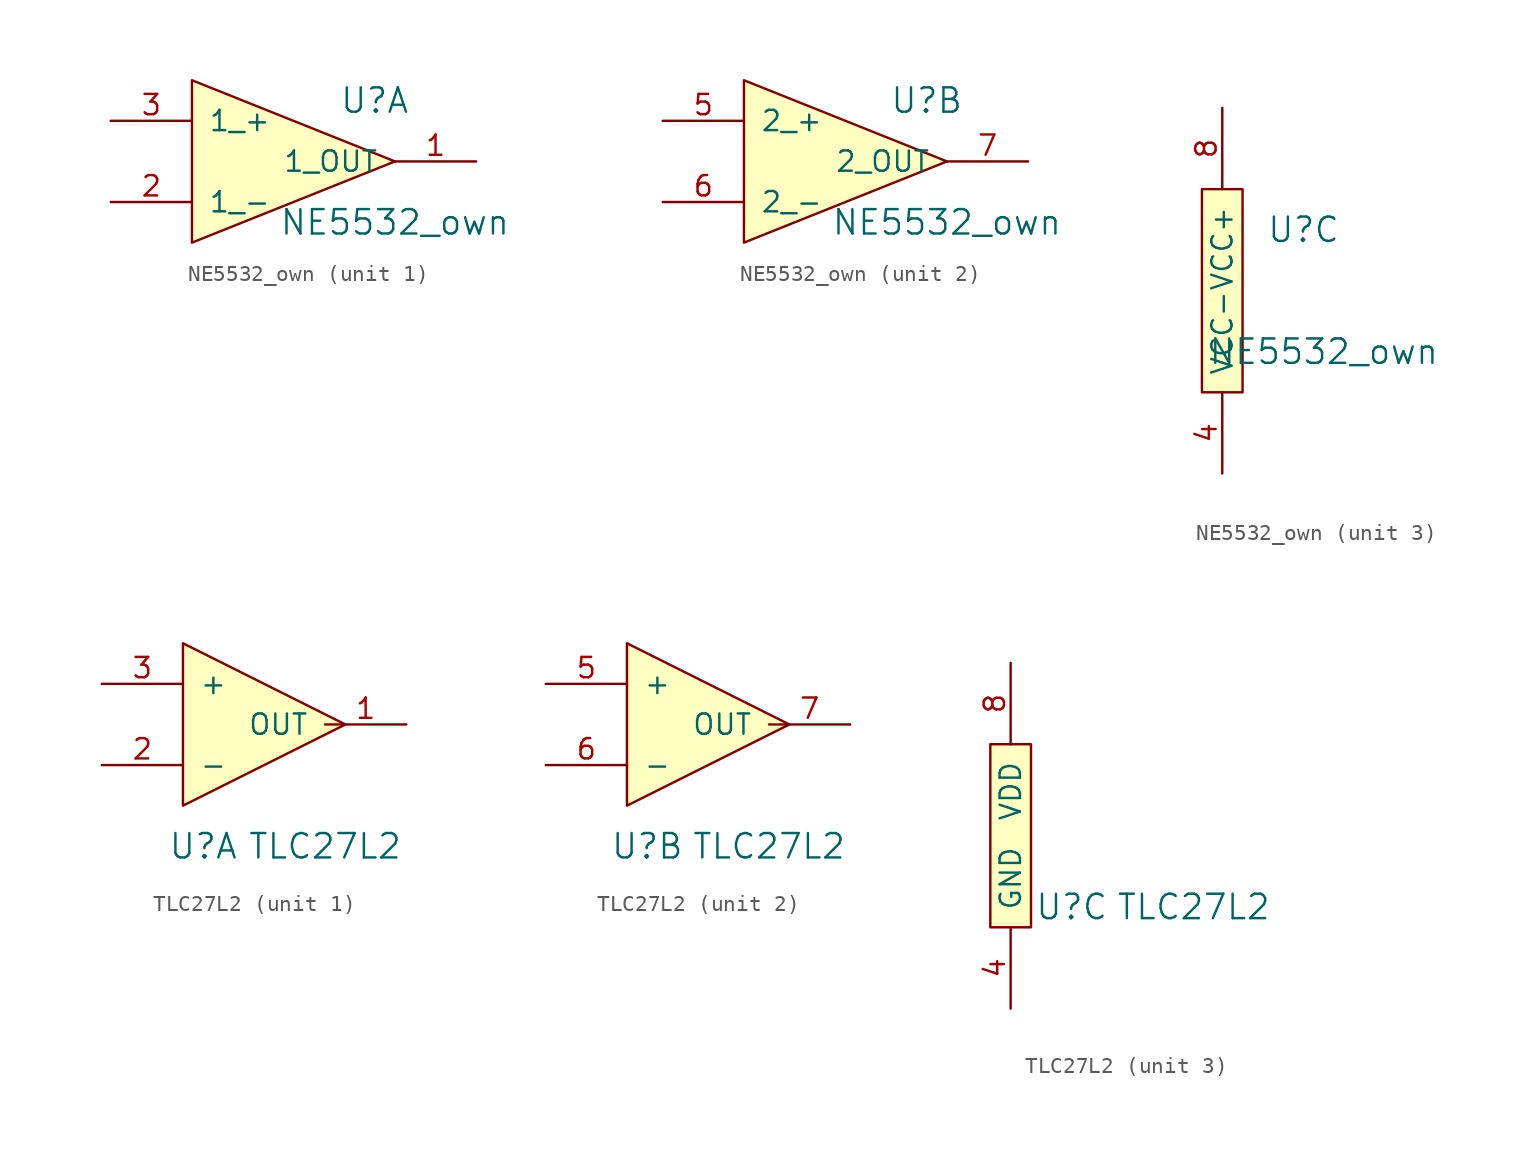
<source format=kicad_sym>
(kicad_symbol_lib
  (version 20211014)
  (generator kicad_symbol_editor)
  (symbol "NE5532_own"
    (pin_names
      (offset 1.016))
    (property "Reference" "U"
      (at 5.08 3.81 0)
      (effects (font (size 1.524 1.524))))
    (property "Value" "NE5532_own"
      (at 6.35 -3.81 0)
      (effects (font (size 1.524 1.524))))
    (property "Footprint" ""
      (at 0 0 0)
      (effects (font (size 1.524 1.524))))
    (property "Datasheet" ""
      (at 0 0 0)
      (effects (font (size 1.524 1.524))))
    (property "ki_locked" ""
      (at 0 0 0)
      (effects (font (size 1.27 1.27))))
    (symbol "NE5532_own_1_1"
      (polyline (pts (xy -6.35 5.08) (xy -6.35 -5.08) (xy 6.35 0) (xy -6.35 5.08)) (stroke (width 0) (type default) (color 0 0 0 0)) (fill (type background)))
      (pin output line (at 11.43 0 180) (length 5.08) (name "1_OUT" (effects (font (size 1.27 1.27)))) (number "1" (effects (font (size 1.27 1.27)))))
      (pin input line (at -11.43 -2.54 0) (length 5.08) (name "1_-" (effects (font (size 1.27 1.27)))) (number "2" (effects (font (size 1.27 1.27)))))
      (pin input line (at -11.43 2.54 0) (length 5.08) (name "1_+" (effects (font (size 1.27 1.27)))) (number "3" (effects (font (size 1.27 1.27))))))
    (symbol "NE5532_own_2_1"
      (polyline (pts (xy -6.35 5.08) (xy -6.35 -5.08) (xy 6.35 0) (xy -6.35 5.08)) (stroke (width 0) (type default) (color 0 0 0 0)) (fill (type background)))
      (pin input line (at -11.43 2.54 0) (length 5.08) (name "2_+" (effects (font (size 1.27 1.27)))) (number "5" (effects (font (size 1.27 1.27)))))
      (pin input line (at -11.43 -2.54 0) (length 5.08) (name "2_-" (effects (font (size 1.27 1.27)))) (number "6" (effects (font (size 1.27 1.27)))))
      (pin output line (at 11.43 0 180) (length 5.08) (name "2_OUT" (effects (font (size 1.27 1.27)))) (number "7" (effects (font (size 1.27 1.27))))))
    (symbol "NE5532_own_3_1"
      (polyline (pts (xy -1.27 6.35) (xy -1.27 -6.35) (xy 1.27 -6.35) (xy 1.27 6.35) (xy -1.27 6.35)) (stroke (width 0) (type default) (color 0 0 0 0)) (fill (type background)))
      (pin power_in line (at 0 -11.43 90) (length 5.08) (name "VCC-" (effects (font (size 1.27 1.27)))) (number "4" (effects (font (size 1.27 1.27)))))
      (pin power_in line (at 0 11.43 270) (length 5.08) (name "VCC+" (effects (font (size 1.27 1.27)))) (number "8" (effects (font (size 1.27 1.27)))))))
  (symbol "TLC27L2"
    (pin_names
      (offset 1.016))
    (property "Reference" "U"
      (at 1.27 -1.27 0)
      (effects (font (size 1.524 1.524))))
    (property "Value" "TLC27L2"
      (at 8.89 -1.27 0)
      (effects (font (size 1.524 1.524))))
    (property "Footprint" ""
      (at 0 0 0)
      (effects (font (size 1.524 1.524))))
    (property "Datasheet" ""
      (at 0 0 0)
      (effects (font (size 1.524 1.524))))
    (symbol "TLC27L2_1_1"
      (polyline (pts (xy 10.16 6.35) (xy 0 11.43) (xy 0 1.27) (xy 10.16 6.35)) (stroke (width 0) (type default) (color 0 0 0 0)) (fill (type background)))
      (pin output line (at 13.97 6.35 180) (length 5.08) (name "OUT" (effects (font (size 1.27 1.27)))) (number "1" (effects (font (size 1.27 1.27)))))
      (pin input line (at -5.08 3.81 0) (length 5.08) (name "-" (effects (font (size 1.27 1.27)))) (number "2" (effects (font (size 1.27 1.27)))))
      (pin input line (at -5.08 8.89 0) (length 5.08) (name "+" (effects (font (size 1.27 1.27)))) (number "3" (effects (font (size 1.27 1.27))))))
    (symbol "TLC27L2_2_1"
      (polyline (pts (xy 10.16 6.35) (xy 0 11.43) (xy 0 1.27) (xy 10.16 6.35)) (stroke (width 0) (type default) (color 0 0 0 0)) (fill (type background)))
      (pin input line (at -5.08 8.89 0) (length 5.08) (name "+" (effects (font (size 1.27 1.27)))) (number "5" (effects (font (size 1.27 1.27)))))
      (pin input line (at -5.08 3.81 0) (length 5.08) (name "-" (effects (font (size 1.27 1.27)))) (number "6" (effects (font (size 1.27 1.27)))))
      (pin output line (at 13.97 6.35 180) (length 5.08) (name "OUT" (effects (font (size 1.27 1.27)))) (number "7" (effects (font (size 1.27 1.27))))))
    (symbol "TLC27L2_3_1"
      (rectangle (start -3.81 -2.54) (end -1.27 8.89) (stroke (width 0) (type default) (color 0 0 0 0)) (fill (type background)))
      (pin power_in line (at -2.54 -7.62 90) (length 5.08) (name "GND" (effects (font (size 1.27 1.27)))) (number "4" (effects (font (size 1.27 1.27)))))
      (pin power_in line (at -2.54 13.97 270) (length 5.08) (name "VDD" (effects (font (size 1.27 1.27)))) (number "8" (effects (font (size 1.27 1.27))))))))
</source>
